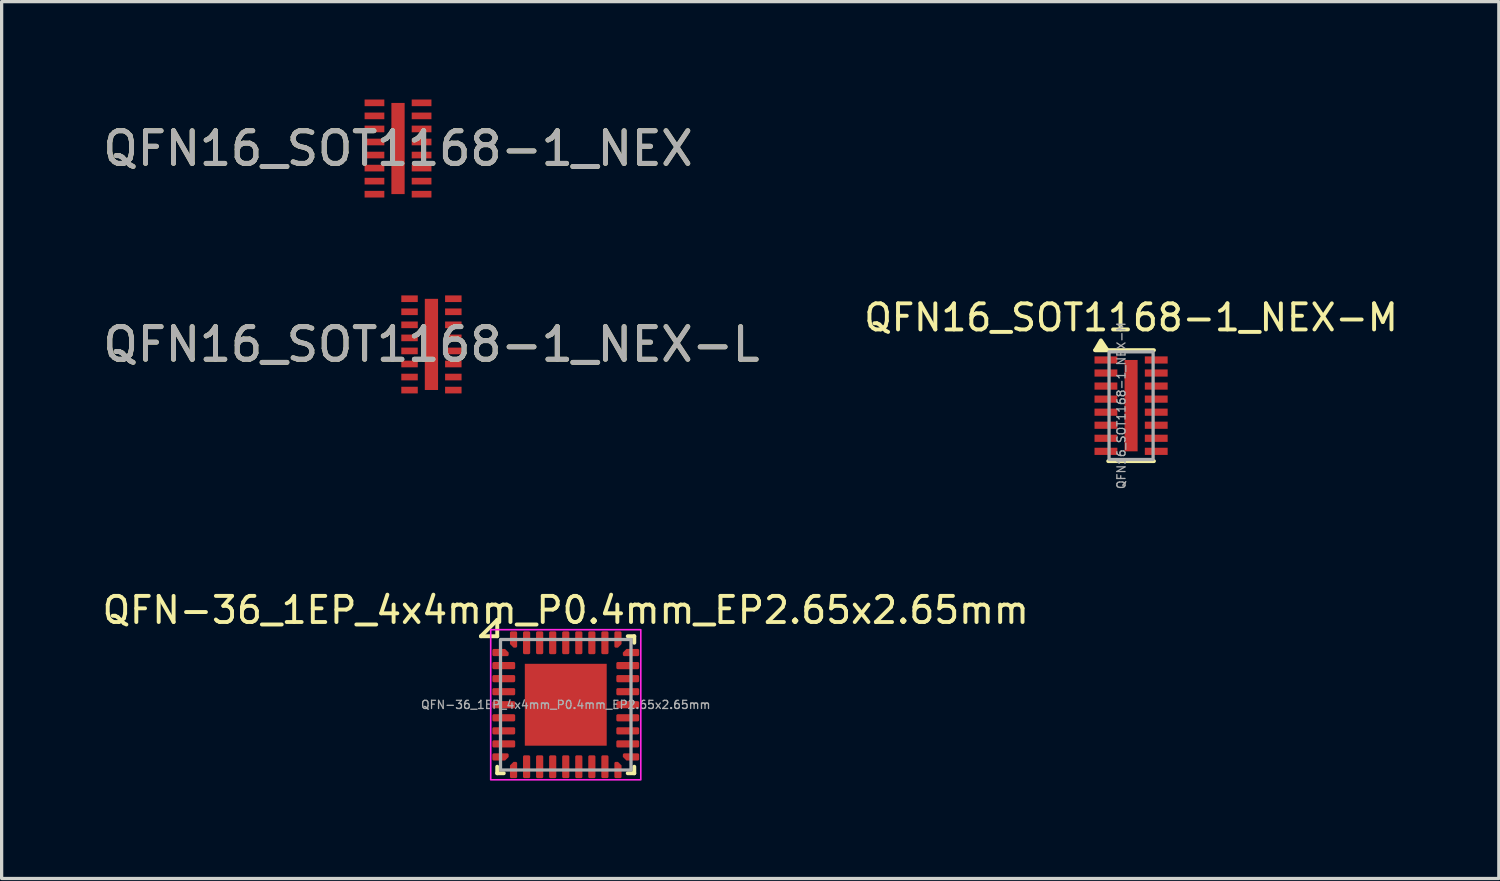
<source format=kicad_pcb>
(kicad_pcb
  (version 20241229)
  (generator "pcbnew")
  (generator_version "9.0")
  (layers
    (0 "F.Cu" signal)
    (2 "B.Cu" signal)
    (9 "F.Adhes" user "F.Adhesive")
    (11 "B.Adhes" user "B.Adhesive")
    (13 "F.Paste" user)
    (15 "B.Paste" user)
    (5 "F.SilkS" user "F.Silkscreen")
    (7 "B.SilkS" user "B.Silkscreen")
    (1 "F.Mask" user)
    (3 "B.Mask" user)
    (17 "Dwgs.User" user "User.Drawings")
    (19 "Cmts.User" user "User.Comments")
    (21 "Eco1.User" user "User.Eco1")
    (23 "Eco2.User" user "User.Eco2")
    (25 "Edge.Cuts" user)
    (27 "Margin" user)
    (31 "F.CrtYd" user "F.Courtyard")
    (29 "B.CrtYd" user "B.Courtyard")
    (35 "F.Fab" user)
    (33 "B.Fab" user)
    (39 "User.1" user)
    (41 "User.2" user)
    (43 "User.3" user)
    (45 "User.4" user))
  (footprint "QFN16_SOT1168-1_NEX-L"
    (layer "F.Cu")
    (at 10.173 7.506)
    (property "Reference" "QFN16_SOT1168-1_NEX-L" (at 0 0 0) (unlocked yes) (layer "F.SilkS") (effects (font (size 1 1) (thickness 0.15))))
    (attr smd)
    (fp_text user "${REFERENCE}" (at 0 0 0) (unlocked yes) (layer "F.Fab") (effects (font (size 1 1) (thickness 0.15))))
    (pad "1" smd rect (at -0.671 -1.4 90) (size 0.204 0.505) (layers "F.Cu" "F.Mask" "F.Paste"))
    (pad "2" smd rect (at -0.671 -1 90) (size 0.204 0.505) (layers "F.Cu" "F.Mask" "F.Paste"))
    (pad "3" smd rect (at -0.671 -0.6 90) (size 0.204 0.505) (layers "F.Cu" "F.Mask" "F.Paste"))
    (pad "4" smd rect (at -0.671 -0.2 90) (size 0.204 0.505) (layers "F.Cu" "F.Mask" "F.Paste"))
    (pad "5" smd rect (at -0.671 0.2 90) (size 0.204 0.505) (layers "F.Cu" "F.Mask" "F.Paste"))
    (pad "6" smd rect (at -0.671 0.6 90) (size 0.204 0.505) (layers "F.Cu" "F.Mask" "F.Paste"))
    (pad "7" smd rect (at -0.671 1 90) (size 0.204 0.505) (layers "F.Cu" "F.Mask" "F.Paste"))
    (pad "8" smd rect (at -0.671 1.4 90) (size 0.204 0.505) (layers "F.Cu" "F.Mask" "F.Paste"))
    (pad "9" smd rect (at 0.671 1.4 90) (size 0.204 0.505) (layers "F.Cu" "F.Mask" "F.Paste"))
    (pad "10" smd rect (at 0.671 1 90) (size 0.204 0.505) (layers "F.Cu" "F.Mask" "F.Paste"))
    (pad "11" smd rect (at 0.671 0.6 90) (size 0.204 0.505) (layers "F.Cu" "F.Mask" "F.Paste"))
    (pad "12" smd rect (at 0.671 0.2 90) (size 0.204 0.505) (layers "F.Cu" "F.Mask" "F.Paste"))
    (pad "13" smd rect (at 0.671 -0.2 90) (size 0.204 0.505) (layers "F.Cu" "F.Mask" "F.Paste"))
    (pad "14" smd rect (at 0.671 -0.6 90) (size 0.204 0.505) (layers "F.Cu" "F.Mask" "F.Paste"))
    (pad "15" smd rect (at 0.671 -1 90) (size 0.204 0.505) (layers "F.Cu" "F.Mask" "F.Paste"))
    (pad "16" smd rect (at 0.671 -1.4 90) (size 0.204 0.505) (layers "F.Cu" "F.Mask" "F.Paste"))
    (pad "17" smd rect (at 0 0) (size 0.406 2.794) (layers "F.Cu" "F.Mask" "F.Paste")))
  (footprint "QFN16_SOT1168-1_NEX-M"
    (layer "F.Cu")
    (at 31.617 9.383)
    (property "Reference" "QFN16_SOT1168-1_NEX-M" (at 0 -2.7 0) (unlocked yes) (layer "F.SilkS") (effects (font (size 0.8 0.8) (thickness 0.12))))
    (attr smd)
    (fp_line (start -0.7 1.7) (end 0.7 1.7) (stroke (width 0.12) (type default)) (layer "F.SilkS"))
    (fp_line (start 0.7 -1.7) (end -1.1 -1.7) (stroke (width 0.12) (type default)) (layer "F.SilkS"))
    (fp_poly (pts (xy -1.1 -1.7) (xy -0.925 -2) (xy -0.725 -1.7)) (stroke (width 0.12) (type solid)) (fill yes) (layer "F.SilkS"))
    (fp_rect (start -0.675 1.65) (end 0.675 -1.65) (stroke (width 0.1) (type default)) (fill no) (layer "F.Fab"))
    (fp_text user "${REFERENCE}" (at -0.3 0 90) (unlocked yes) (layer "F.Fab") (effects (font (size 0.25 0.25) (thickness 0.04))))
    (pad "1" smd rect (at -0.771 -1.4 90) (size 0.22 0.7) (layers "F.Cu" "F.Mask" "F.Paste"))
    (pad "2" smd rect (at -0.771 -1 90) (size 0.22 0.7) (layers "F.Cu" "F.Mask" "F.Paste"))
    (pad "3" smd rect (at -0.771 -0.6 90) (size 0.22 0.7) (layers "F.Cu" "F.Mask" "F.Paste"))
    (pad "4" smd rect (at -0.771 -0.2 90) (size 0.22 0.7) (layers "F.Cu" "F.Mask" "F.Paste"))
    (pad "5" smd rect (at -0.771 0.2 90) (size 0.22 0.7) (layers "F.Cu" "F.Mask" "F.Paste"))
    (pad "6" smd rect (at -0.771 0.6 90) (size 0.22 0.7) (layers "F.Cu" "F.Mask" "F.Paste"))
    (pad "7" smd rect (at -0.771 1 90) (size 0.22 0.7) (layers "F.Cu" "F.Mask" "F.Paste"))
    (pad "8" smd rect (at -0.771 1.4 90) (size 0.22 0.7) (layers "F.Cu" "F.Mask" "F.Paste"))
    (pad "9" smd rect (at 0.771 1.4 90) (size 0.22 0.7) (layers "F.Cu" "F.Mask" "F.Paste"))
    (pad "10" smd rect (at 0.771 1 90) (size 0.22 0.7) (layers "F.Cu" "F.Mask" "F.Paste"))
    (pad "11" smd rect (at 0.771 0.6 90) (size 0.22 0.7) (layers "F.Cu" "F.Mask" "F.Paste"))
    (pad "12" smd rect (at 0.771 0.2 90) (size 0.22 0.7) (layers "F.Cu" "F.Mask" "F.Paste"))
    (pad "13" smd rect (at 0.771 -0.2 90) (size 0.22 0.7) (layers "F.Cu" "F.Mask" "F.Paste"))
    (pad "14" smd rect (at 0.771 -0.6 90) (size 0.22 0.7) (layers "F.Cu" "F.Mask" "F.Paste"))
    (pad "15" smd rect (at 0.771 -1 90) (size 0.22 0.7) (layers "F.Cu" "F.Mask" "F.Paste"))
    (pad "16" smd rect (at 0.771 -1.4 90) (size 0.22 0.7) (layers "F.Cu" "F.Mask" "F.Paste"))
    (pad "17" smd rect (at 0 0) (size 0.4 2.8) (layers "F.Cu" "F.Mask" "F.Paste")))
  (footprint "QFN-36_1EP_4x4mm_P0.4mm_EP2.65x2.65mm"
    (layer "F.Cu")
    (at 14.29 18.55)
    (property "Reference" "QFN-36_1EP_4x4mm_P0.4mm_EP2.65x2.65mm" (at 0 -2.9 0) (unlocked yes) (layer "F.SilkS") (effects (font (size 0.8 0.8) (thickness 0.12))))
    (attr smd)
    (fp_line (start -2.6 -2.1) (end -2.1 -2.6) (stroke (width 0.12) (type default)) (layer "F.SilkS"))
    (fp_line (start -2.1 -2.6) (end -2.1 -2.1) (stroke (width 0.12) (type default)) (layer "F.SilkS"))
    (fp_line (start -2.1 -2.1) (end -2.6 -2.1) (stroke (width 0.12) (type default)) (layer "F.SilkS"))
    (fp_line (start -2.1 1.9) (end -2.1 2.1) (stroke (width 0.12) (type default)) (layer "F.SilkS"))
    (fp_line (start -2.1 2.1) (end -1.9 2.1) (stroke (width 0.12) (type default)) (layer "F.SilkS"))
    (fp_line (start 1.9 -2.1) (end 2.1 -2.1) (stroke (width 0.12) (type default)) (layer "F.SilkS"))
    (fp_line (start 2.1 -2.1) (end 2.1 -1.9) (stroke (width 0.12) (type default)) (layer "F.SilkS"))
    (fp_line (start 2.1 1.9) (end 2.1 2.1) (stroke (width 0.12) (type default)) (layer "F.SilkS"))
    (fp_line (start 2.1 2.1) (end 1.9 2.1) (stroke (width 0.12) (type default)) (layer "F.SilkS"))
    (fp_rect (start -2.3 -2.3) (end 2.3 2.3) (stroke (width 0.05) (type default)) (fill no) (layer "F.CrtYd"))
    (fp_rect (start -2 -2) (end 2 2) (stroke (width 0.1) (type default)) (fill no) (layer "F.Fab"))
    (fp_text user "${REFERENCE}" (at 0 0 0) (unlocked yes) (layer "F.Fab") (effects (font (size 0.25 0.25) (thickness 0.04))))
    (pad "1" smd roundrect (at -2 -1.6) (size 0.5 0.22) (layers "F.Cu" "F.Mask" "F.Paste") (roundrect_rratio 0.2) (chamfer_ratio 0.5) (chamfer top_right))
    (pad "2" smd roundrect (at -1.9 -1.2) (size 0.7 0.22) (layers "F.Cu" "F.Mask" "F.Paste") (roundrect_rratio 0.2))
    (pad "3" smd roundrect (at -1.9 -0.8) (size 0.7 0.22) (layers "F.Cu" "F.Mask" "F.Paste") (roundrect_rratio 0.2))
    (pad "4" smd roundrect (at -1.9 -0.4) (size 0.7 0.22) (layers "F.Cu" "F.Mask" "F.Paste") (roundrect_rratio 0.2))
    (pad "5" smd roundrect (at -1.9 0) (size 0.7 0.22) (layers "F.Cu" "F.Mask" "F.Paste") (roundrect_rratio 0.2))
    (pad "6" smd roundrect (at -1.9 0.4) (size 0.7 0.22) (layers "F.Cu" "F.Mask" "F.Paste") (roundrect_rratio 0.2))
    (pad "7" smd roundrect (at -1.9 0.8) (size 0.7 0.22) (layers "F.Cu" "F.Mask" "F.Paste") (roundrect_rratio 0.2))
    (pad "8" smd roundrect (at -1.9 1.2) (size 0.7 0.22) (layers "F.Cu" "F.Mask" "F.Paste") (roundrect_rratio 0.2))
    (pad "9" smd roundrect (at -2 1.6) (size 0.5 0.22) (layers "F.Cu" "F.Mask" "F.Paste") (roundrect_rratio 0.2) (chamfer_ratio 0.5) (chamfer bottom_right))
    (pad "10" smd roundrect (at -1.6 2 90) (size 0.5 0.22) (layers "F.Cu" "F.Mask" "F.Paste") (roundrect_rratio 0.2) (chamfer_ratio 0.5) (chamfer top_right))
    (pad "11" smd roundrect (at -1.2 1.9 90) (size 0.7 0.22) (layers "F.Cu" "F.Mask" "F.Paste") (roundrect_rratio 0.2))
    (pad "12" smd roundrect (at -0.8 1.9 90) (size 0.7 0.22) (layers "F.Cu" "F.Mask" "F.Paste") (roundrect_rratio 0.2))
    (pad "13" smd roundrect (at -0.4 1.9 90) (size 0.7 0.22) (layers "F.Cu" "F.Mask" "F.Paste") (roundrect_rratio 0.2))
    (pad "14" smd roundrect (at 0 1.9 90) (size 0.7 0.22) (layers "F.Cu" "F.Mask" "F.Paste") (roundrect_rratio 0.2))
    (pad "15" smd roundrect (at 0.4 1.9 90) (size 0.7 0.22) (layers "F.Cu" "F.Mask" "F.Paste") (roundrect_rratio 0.2))
    (pad "16" smd roundrect (at 0.8 1.9 90) (size 0.7 0.22) (layers "F.Cu" "F.Mask" "F.Paste") (roundrect_rratio 0.2))
    (pad "17" smd roundrect (at 1.2 1.9 90) (size 0.7 0.22) (layers "F.Cu" "F.Mask" "F.Paste") (roundrect_rratio 0.2))
    (pad "18" smd roundrect (at 1.6 2 90) (size 0.5 0.22) (layers "F.Cu" "F.Mask" "F.Paste") (roundrect_rratio 0.2) (chamfer_ratio 0.5) (chamfer bottom_right))
    (pad "19" smd roundrect (at 2 1.6 180) (size 0.5 0.22) (layers "F.Cu" "F.Mask" "F.Paste") (roundrect_rratio 0.2) (chamfer_ratio 0.5) (chamfer top_right))
    (pad "20" smd roundrect (at 1.9 1.2 180) (size 0.7 0.22) (layers "F.Cu" "F.Mask" "F.Paste") (roundrect_rratio 0.2))
    (pad "21" smd roundrect (at 1.9 0.8 180) (size 0.7 0.22) (layers "F.Cu" "F.Mask" "F.Paste") (roundrect_rratio 0.2))
    (pad "22" smd roundrect (at 1.9 0.4 180) (size 0.7 0.22) (layers "F.Cu" "F.Mask" "F.Paste") (roundrect_rratio 0.2))
    (pad "23" smd roundrect (at 1.9 0 180) (size 0.7 0.22) (layers "F.Cu" "F.Mask" "F.Paste") (roundrect_rratio 0.2))
    (pad "24" smd roundrect (at 1.9 -0.4 180) (size 0.7 0.22) (layers "F.Cu" "F.Mask" "F.Paste") (roundrect_rratio 0.2))
    (pad "25" smd roundrect (at 1.9 -0.8 180) (size 0.7 0.22) (layers "F.Cu" "F.Mask" "F.Paste") (roundrect_rratio 0.2))
    (pad "26" smd roundrect (at 1.9 -1.2 180) (size 0.7 0.22) (layers "F.Cu" "F.Mask" "F.Paste") (roundrect_rratio 0.2))
    (pad "27" smd roundrect (at 2 -1.6 180) (size 0.5 0.22) (layers "F.Cu" "F.Mask" "F.Paste") (roundrect_rratio 0.2) (chamfer_ratio 0.5) (chamfer bottom_right))
    (pad "28" smd roundrect (at 1.6 -2 270) (size 0.5 0.22) (layers "F.Cu" "F.Mask" "F.Paste") (roundrect_rratio 0.2) (chamfer_ratio 0.5) (chamfer top_right))
    (pad "29" smd roundrect (at 1.2 -1.9 270) (size 0.7 0.22) (layers "F.Cu" "F.Mask" "F.Paste") (roundrect_rratio 0.2))
    (pad "30" smd roundrect (at 0.8 -1.9 270) (size 0.7 0.22) (layers "F.Cu" "F.Mask" "F.Paste") (roundrect_rratio 0.2))
    (pad "31" smd roundrect (at 0.4 -1.9 270) (size 0.7 0.22) (layers "F.Cu" "F.Mask" "F.Paste") (roundrect_rratio 0.2))
    (pad "32" smd roundrect (at 0 -1.9 270) (size 0.7 0.22) (layers "F.Cu" "F.Mask" "F.Paste") (roundrect_rratio 0.2))
    (pad "33" smd roundrect (at -0.4 -1.9 270) (size 0.7 0.22) (layers "F.Cu" "F.Mask" "F.Paste") (roundrect_rratio 0.2))
    (pad "34" smd roundrect (at -0.8 -1.9 270) (size 0.7 0.22) (layers "F.Cu" "F.Mask" "F.Paste") (roundrect_rratio 0.2))
    (pad "35" smd roundrect (at -1.2 -1.9 270) (size 0.7 0.22) (layers "F.Cu" "F.Mask" "F.Paste") (roundrect_rratio 0.2))
    (pad "36" smd roundrect (at -1.6 -2 270) (size 0.5 0.22) (layers "F.Cu" "F.Mask" "F.Paste") (roundrect_rratio 0.2) (chamfer_ratio 0.5) (chamfer bottom_right))
    (pad "37" smd rect (at 0 0 270) (size 2.51 2.51) (layers "F.Cu" "F.Mask" "F.Paste")))
  (footprint "QFN16_SOT1168-1_NEX"
    (layer "F.Cu")
    (at 9.149 1.502)
    (property "Reference" "QFN16_SOT1168-1_NEX" (at 0 0 0) (unlocked yes) (layer "F.SilkS") (effects (font (size 1 1) (thickness 0.15))))
    (attr smd)
    (fp_text user "${REFERENCE}" (at 0 0 0) (unlocked yes) (layer "F.Fab") (effects (font (size 1 1) (thickness 0.15))))
    (pad "1" smd rect (at -0.722 -1.4 90) (size 0.204 0.605) (layers "F.Cu" "F.Mask" "F.Paste"))
    (pad "2" smd rect (at -0.722 -1 90) (size 0.204 0.605) (layers "F.Cu" "F.Mask" "F.Paste"))
    (pad "3" smd rect (at -0.722 -0.6 90) (size 0.204 0.605) (layers "F.Cu" "F.Mask" "F.Paste"))
    (pad "4" smd rect (at -0.722 -0.2 90) (size 0.204 0.605) (layers "F.Cu" "F.Mask" "F.Paste"))
    (pad "5" smd rect (at -0.722 0.2 90) (size 0.204 0.605) (layers "F.Cu" "F.Mask" "F.Paste"))
    (pad "6" smd rect (at -0.722 0.6 90) (size 0.204 0.605) (layers "F.Cu" "F.Mask" "F.Paste"))
    (pad "7" smd rect (at -0.722 1 90) (size 0.204 0.605) (layers "F.Cu" "F.Mask" "F.Paste"))
    (pad "8" smd rect (at -0.722 1.4 90) (size 0.204 0.605) (layers "F.Cu" "F.Mask" "F.Paste"))
    (pad "9" smd rect (at 0.722 1.4 90) (size 0.204 0.605) (layers "F.Cu" "F.Mask" "F.Paste"))
    (pad "10" smd rect (at 0.722 1 90) (size 0.204 0.605) (layers "F.Cu" "F.Mask" "F.Paste"))
    (pad "11" smd rect (at 0.722 0.6 90) (size 0.204 0.605) (layers "F.Cu" "F.Mask" "F.Paste"))
    (pad "12" smd rect (at 0.722 0.2 90) (size 0.204 0.605) (layers "F.Cu" "F.Mask" "F.Paste"))
    (pad "13" smd rect (at 0.722 -0.2 90) (size 0.204 0.605) (layers "F.Cu" "F.Mask" "F.Paste"))
    (pad "14" smd rect (at 0.722 -0.6 90) (size 0.204 0.605) (layers "F.Cu" "F.Mask" "F.Paste"))
    (pad "15" smd rect (at 0.722 -1 90) (size 0.204 0.605) (layers "F.Cu" "F.Mask" "F.Paste"))
    (pad "16" smd rect (at 0.722 -1.4 90) (size 0.204 0.605) (layers "F.Cu" "F.Mask" "F.Paste"))
    (pad "17" smd rect (at 0 0) (size 0.406 2.794) (layers "F.Cu" "F.Mask" "F.Paste")))
  (gr_rect
    (start -3 -3)
    (end 42.888 23.875)
    (stroke (width 0.1) (type default))
    (fill no)
    (layer "Edge.Cuts")))
</source>
